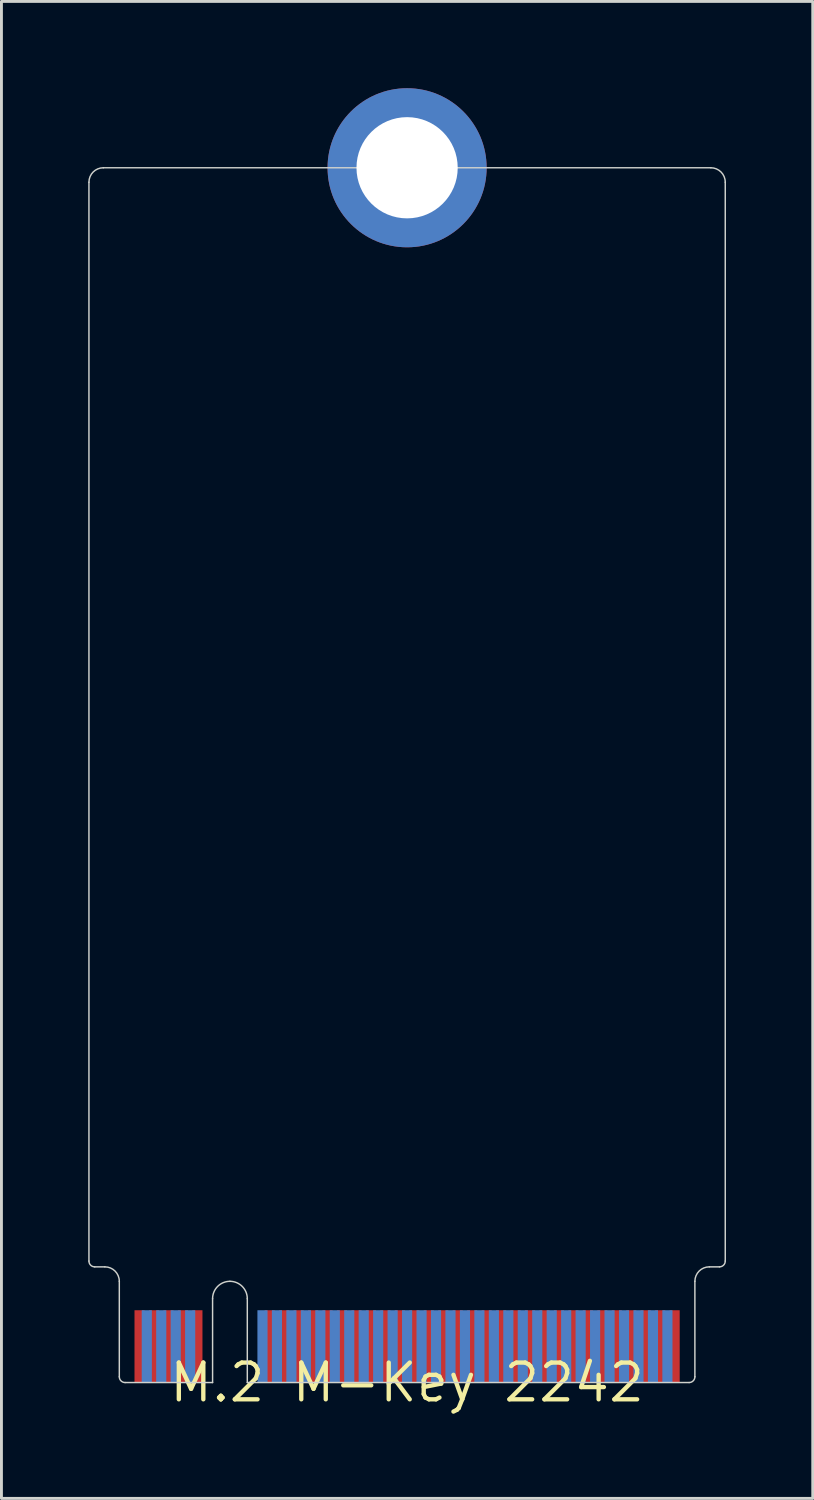
<source format=kicad_pcb>
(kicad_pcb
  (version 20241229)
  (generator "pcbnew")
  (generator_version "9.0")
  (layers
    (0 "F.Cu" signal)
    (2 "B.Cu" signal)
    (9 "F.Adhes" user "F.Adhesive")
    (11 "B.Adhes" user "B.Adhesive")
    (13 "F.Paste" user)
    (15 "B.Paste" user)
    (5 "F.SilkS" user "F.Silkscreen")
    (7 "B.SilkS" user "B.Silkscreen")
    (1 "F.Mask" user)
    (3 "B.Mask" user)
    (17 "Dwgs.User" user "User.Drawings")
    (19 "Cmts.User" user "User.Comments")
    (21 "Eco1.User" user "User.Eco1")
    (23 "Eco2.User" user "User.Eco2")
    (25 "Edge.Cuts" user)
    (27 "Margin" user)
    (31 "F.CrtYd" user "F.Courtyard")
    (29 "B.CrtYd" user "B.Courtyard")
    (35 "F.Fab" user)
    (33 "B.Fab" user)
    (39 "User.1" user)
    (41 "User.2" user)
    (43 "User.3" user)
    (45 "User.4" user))
  (footprint "M.2 M-Key 2242"
    (layer "F.Cu")
    (at 11.025 44.75)
    (property "Reference" "M.2 M-Key 2242" (at 0 0 0) (layer "F.SilkS") (effects (font (size 1.27 1.27) (thickness 0.15))))
    (attr through_hole)
    (fp_line (start -11 -41.5) (end -11 -4.2) (stroke (width 0.05) (type solid)) (layer "Edge.Cuts"))
    (fp_line (start -10.8 -4) (end -10.45 -4) (stroke (width 0.05) (type solid)) (layer "Edge.Cuts"))
    (fp_line (start -9.95 -3.5) (end -9.95 -0.2) (stroke (width 0.05) (type solid)) (layer "Edge.Cuts"))
    (fp_line (start -9.75 0) (end -6.725 0) (stroke (width 0.05) (type default)) (layer "Edge.Cuts"))
    (fp_line (start -6.725 -2.9) (end -6.725 0) (stroke (width 0.05) (type solid)) (layer "Edge.Cuts"))
    (fp_line (start -5.525 -2.9) (end -5.525 0) (stroke (width 0.05) (type solid)) (layer "Edge.Cuts"))
    (fp_line (start -5.525 0) (end 9.75 0) (stroke (width 0.05) (type default)) (layer "Edge.Cuts"))
    (fp_line (start 9.95 -0.2) (end 9.95 -3.5) (stroke (width 0.05) (type solid)) (layer "Edge.Cuts"))
    (fp_line (start 10.45 -4) (end 10.8 -4) (stroke (width 0.05) (type solid)) (layer "Edge.Cuts"))
    (fp_line (start 10.5 -42) (end -10.5 -42) (stroke (width 0.05) (type solid)) (layer "Edge.Cuts"))
    (fp_line (start 11 -4.2) (end 11 -41.5) (stroke (width 0.05) (type solid)) (layer "Edge.Cuts"))
    (fp_arc (start -11 -41.5) (mid -10.853553 -41.853553) (end -10.5 -42) (stroke (width 0.05) (type solid)) (layer "Edge.Cuts"))
    (fp_arc (start -10.8 -4) (mid -10.941421 -4.058579) (end -11 -4.2) (stroke (width 0.05) (type solid)) (layer "Edge.Cuts"))
    (fp_arc (start -10.45 -4) (mid -10.096447 -3.853553) (end -9.95 -3.5) (stroke (width 0.05) (type solid)) (layer "Edge.Cuts"))
    (fp_arc (start -9.75 0) (mid -9.891421 -0.058579) (end -9.95 -0.2) (stroke (width 0.05) (type solid)) (layer "Edge.Cuts"))
    (fp_arc (start -6.725 -2.9) (mid -6.549264 -3.324264) (end -6.125 -3.5) (stroke (width 0.05) (type solid)) (layer "Edge.Cuts"))
    (fp_arc (start -6.125 -3.5) (mid -5.700736 -3.324264) (end -5.525 -2.9) (stroke (width 0.05) (type solid)) (layer "Edge.Cuts"))
    (fp_arc (start 9.95 -3.5) (mid 10.096447 -3.853553) (end 10.45 -4) (stroke (width 0.05) (type solid)) (layer "Edge.Cuts"))
    (fp_arc (start 9.95 -0.2) (mid 9.891421 -0.058579) (end 9.75 0) (stroke (width 0.05) (type solid)) (layer "Edge.Cuts"))
    (fp_arc (start 10.5 -42) (mid 10.853553 -41.853553) (end 11 -41.5) (stroke (width 0.05) (type solid)) (layer "Edge.Cuts"))
    (fp_arc (start 11 -4.2) (mid 10.941421 -4.058579) (end 10.8 -4) (stroke (width 0.05) (type solid)) (layer "Edge.Cuts"))
    (pad "MOUNTING-HOLE" thru_hole circle (at 0 -42) (size 5.5 5.5) (drill 3.5) (layers "*.Cu" "*.Mask"))
    (pad "P$1" smd rect (at 9.25 -1.25) (size 0.35 2.5) (layers "F.Cu" "F.Mask" "F.Paste"))
    (pad "P$2" smd rect (at 9 -1.25) (size 0.35 2.5) (layers "B.Cu" "B.Mask" "B.Paste"))
    (pad "P$3" smd rect (at 8.75 -1.25) (size 0.35 2.5) (layers "F.Cu" "F.Mask" "F.Paste"))
    (pad "P$4" smd rect (at 8.5 -1.25) (size 0.35 2.5) (layers "B.Cu" "B.Mask" "B.Paste"))
    (pad "P$5" smd rect (at 8.25 -1.25) (size 0.35 2.5) (layers "F.Cu" "F.Mask" "F.Paste"))
    (pad "P$6" smd rect (at 8 -1.25) (size 0.35 2.5) (layers "B.Cu" "B.Mask" "B.Paste"))
    (pad "P$7" smd rect (at 7.75 -1.25) (size 0.35 2.5) (layers "F.Cu" "F.Mask" "F.Paste"))
    (pad "P$8" smd rect (at 7.5 -1.25) (size 0.35 2.5) (layers "B.Cu" "B.Mask" "B.Paste"))
    (pad "P$9" smd rect (at 7.25 -1.25) (size 0.35 2.5) (layers "F.Cu" "F.Mask" "F.Paste"))
    (pad "P$10" smd rect (at 7 -1.25) (size 0.35 2.5) (layers "B.Cu" "B.Mask" "B.Paste"))
    (pad "P$11" smd rect (at 6.75 -1.25) (size 0.35 2.5) (layers "F.Cu" "F.Mask" "F.Paste"))
    (pad "P$12" smd rect (at 6.5 -1.25) (size 0.35 2.5) (layers "B.Cu" "B.Mask" "B.Paste"))
    (pad "P$13" smd rect (at 6.25 -1.25) (size 0.35 2.5) (layers "F.Cu" "F.Mask" "F.Paste"))
    (pad "P$14" smd rect (at 6 -1.25) (size 0.35 2.5) (layers "B.Cu" "B.Mask" "B.Paste"))
    (pad "P$15" smd rect (at 5.75 -1.25) (size 0.35 2.5) (layers "F.Cu" "F.Mask" "F.Paste"))
    (pad "P$16" smd rect (at 5.5 -1.25) (size 0.35 2.5) (layers "B.Cu" "B.Mask" "B.Paste"))
    (pad "P$17" smd rect (at 5.25 -1.25) (size 0.35 2.5) (layers "F.Cu" "F.Mask" "F.Paste"))
    (pad "P$18" smd rect (at 5 -1.25) (size 0.35 2.5) (layers "B.Cu" "B.Mask" "B.Paste"))
    (pad "P$19" smd rect (at 4.75 -1.25) (size 0.35 2.5) (layers "F.Cu" "F.Mask" "F.Paste"))
    (pad "P$20" smd rect (at 4.5 -1.25) (size 0.35 2.5) (layers "B.Cu" "B.Mask" "B.Paste"))
    (pad "P$21" smd rect (at 4.25 -1.25) (size 0.35 2.5) (layers "F.Cu" "F.Mask" "F.Paste"))
    (pad "P$22" smd rect (at 4 -1.25) (size 0.35 2.5) (layers "B.Cu" "B.Mask" "B.Paste"))
    (pad "P$23" smd rect (at 3.75 -1.25) (size 0.35 2.5) (layers "F.Cu" "F.Mask" "F.Paste"))
    (pad "P$24" smd rect (at 3.5 -1.25) (size 0.35 2.5) (layers "B.Cu" "B.Mask" "B.Paste"))
    (pad "P$25" smd rect (at 3.25 -1.25) (size 0.35 2.5) (layers "F.Cu" "F.Mask" "F.Paste"))
    (pad "P$26" smd rect (at 3 -1.25) (size 0.35 2.5) (layers "B.Cu" "B.Mask" "B.Paste"))
    (pad "P$27" smd rect (at 2.75 -1.25) (size 0.35 2.5) (layers "F.Cu" "F.Mask" "F.Paste"))
    (pad "P$28" smd rect (at 2.5 -1.25) (size 0.35 2.5) (layers "B.Cu" "B.Mask" "B.Paste"))
    (pad "P$29" smd rect (at 2.25 -1.25) (size 0.35 2.5) (layers "F.Cu" "F.Mask" "F.Paste"))
    (pad "P$30" smd rect (at 2 -1.25) (size 0.35 2.5) (layers "B.Cu" "B.Mask" "B.Paste"))
    (pad "P$31" smd rect (at 1.75 -1.25) (size 0.35 2.5) (layers "F.Cu" "F.Mask" "F.Paste"))
    (pad "P$32" smd rect (at 1.5 -1.25) (size 0.35 2.5) (layers "B.Cu" "B.Mask" "B.Paste"))
    (pad "P$33" smd rect (at 1.25 -1.25) (size 0.35 2.5) (layers "F.Cu" "F.Mask" "F.Paste"))
    (pad "P$34" smd rect (at 1 -1.25) (size 0.35 2.5) (layers "B.Cu" "B.Mask" "B.Paste"))
    (pad "P$35" smd rect (at 0.75 -1.25) (size 0.35 2.5) (layers "F.Cu" "F.Mask" "F.Paste"))
    (pad "P$36" smd rect (at 0.5 -1.25) (size 0.35 2.5) (layers "B.Cu" "B.Mask" "B.Paste"))
    (pad "P$37" smd rect (at 0.25 -1.25) (size 0.35 2.5) (layers "F.Cu" "F.Mask" "F.Paste"))
    (pad "P$38" smd rect (at 0 -1.25) (size 0.35 2.5) (layers "B.Cu" "B.Mask" "B.Paste"))
    (pad "P$39" smd rect (at -0.25 -1.25) (size 0.35 2.5) (layers "F.Cu" "F.Mask" "F.Paste"))
    (pad "P$40" smd rect (at -0.5 -1.25) (size 0.35 2.5) (layers "B.Cu" "B.Mask" "B.Paste"))
    (pad "P$41" smd rect (at -0.75 -1.25) (size 0.35 2.5) (layers "F.Cu" "F.Mask" "F.Paste"))
    (pad "P$42" smd rect (at -1 -1.25) (size 0.35 2.5) (layers "B.Cu" "B.Mask" "B.Paste"))
    (pad "P$43" smd rect (at -1.25 -1.25) (size 0.35 2.5) (layers "F.Cu" "F.Mask" "F.Paste"))
    (pad "P$44" smd rect (at -1.5 -1.25) (size 0.35 2.5) (layers "B.Cu" "B.Mask" "B.Paste"))
    (pad "P$45" smd rect (at -1.75 -1.25) (size 0.35 2.5) (layers "F.Cu" "F.Mask" "F.Paste"))
    (pad "P$46" smd rect (at -2 -1.25) (size 0.35 2.5) (layers "B.Cu" "B.Mask" "B.Paste"))
    (pad "P$47" smd rect (at -2.25 -1.25) (size 0.35 2.5) (layers "F.Cu" "F.Mask" "F.Paste"))
    (pad "P$48" smd rect (at -2.5 -1.25) (size 0.35 2.5) (layers "B.Cu" "B.Mask" "B.Paste"))
    (pad "P$49" smd rect (at -2.75 -1.25) (size 0.35 2.5) (layers "F.Cu" "F.Mask" "F.Paste"))
    (pad "P$50" smd rect (at -3 -1.25) (size 0.35 2.5) (layers "B.Cu" "B.Mask" "B.Paste"))
    (pad "P$51" smd rect (at -3.25 -1.25) (size 0.35 2.5) (layers "F.Cu" "F.Mask" "F.Paste"))
    (pad "P$52" smd rect (at -3.5 -1.25) (size 0.35 2.5) (layers "B.Cu" "B.Mask" "B.Paste"))
    (pad "P$53" smd rect (at -3.75 -1.25) (size 0.35 2.5) (layers "F.Cu" "F.Mask" "F.Paste"))
    (pad "P$54" smd rect (at -4 -1.25) (size 0.35 2.5) (layers "B.Cu" "B.Mask" "B.Paste"))
    (pad "P$55" smd rect (at -4.25 -1.25) (size 0.35 2.5) (layers "F.Cu" "F.Mask" "F.Paste"))
    (pad "P$56" smd rect (at -4.5 -1.25) (size 0.35 2.5) (layers "B.Cu" "B.Mask" "B.Paste"))
    (pad "P$57" smd rect (at -4.75 -1.25) (size 0.35 2.5) (layers "F.Cu" "F.Mask" "F.Paste"))
    (pad "P$58" smd rect (at -5 -1.25) (size 0.35 2.5) (layers "B.Cu" "B.Mask" "B.Paste"))
    (pad "P$67" smd rect (at -7.25 -1.25) (size 0.35 2.5) (layers "F.Cu" "F.Mask" "F.Paste"))
    (pad "P$68" smd rect (at -7.5 -1.25) (size 0.35 2.5) (layers "B.Cu" "B.Mask" "B.Paste"))
    (pad "P$69" smd rect (at -7.75 -1.25) (size 0.35 2.5) (layers "F.Cu" "F.Mask" "F.Paste"))
    (pad "P$70" smd rect (at -8 -1.25) (size 0.35 2.5) (layers "B.Cu" "B.Mask" "B.Paste"))
    (pad "P$71" smd rect (at -8.25 -1.25) (size 0.35 2.5) (layers "F.Cu" "F.Mask" "F.Paste"))
    (pad "P$72" smd rect (at -8.5 -1.25) (size 0.35 2.5) (layers "B.Cu" "B.Mask" "B.Paste"))
    (pad "P$73" smd rect (at -8.75 -1.25) (size 0.35 2.5) (layers "F.Cu" "F.Mask" "F.Paste"))
    (pad "P$74" smd rect (at -9 -1.25) (size 0.35 2.5) (layers "B.Cu" "B.Mask" "B.Paste"))
    (pad "P$75" smd rect (at -9.25 -1.25) (size 0.35 2.5) (layers "F.Cu" "F.Mask" "F.Paste")))
  (gr_rect
    (start -3 -3)
    (end 25.05 48.756)
    (stroke (width 0.1) (type default))
    (fill no)
    (layer "Edge.Cuts")))
</source>
